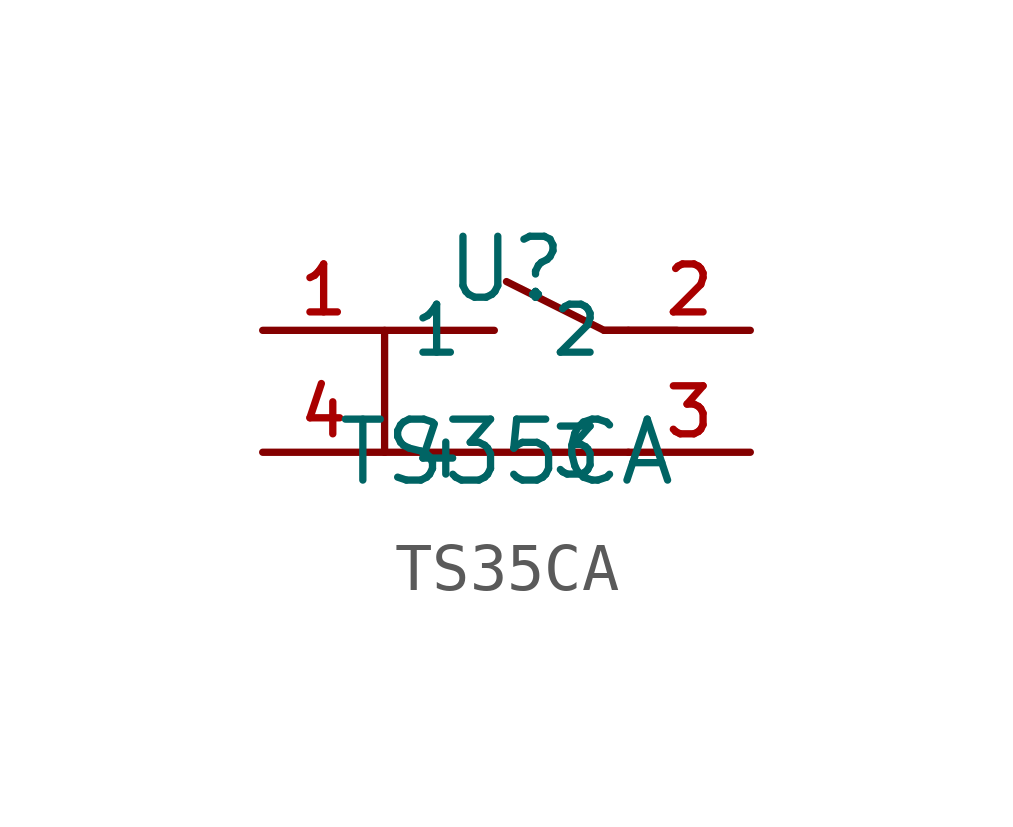
<source format=kicad_sym>
(kicad_symbol_lib
  (version 20210201)
  (generator TousstNicolas/JLC2KiCad_lib)
  (symbol "TS35CA"
    (property "Reference" "U"
      (at 0 1.27 0)
      (effects (font (size 1.27 1.27))))
    (property "Value" "TS35CA"
      (at 0 -2.54 0)
      (effects (font (size 1.27 1.27))))
    (symbol "TS35CA_0_1"
      (polyline (pts (xy 3.556 -0.0) (xy 2.032 -0.0) (xy 0.0 1.016)) (stroke (width 0) (type default) (color 0 0 0 0)) (fill (type none)))
      (polyline (pts (xy -2.54 -0.0) (xy -2.54 -2.54) (xy -2.54 -0.0) (xy -0.254 -0.0)) (stroke (width 0) (type default) (color 0 0 0 0)) (fill (type none)))
      (polyline (pts (xy -2.54 -2.54) (xy 2.54 -2.54)) (stroke (width 0) (type default) (color 0 0 0 0)) (fill (type none)))
      (polyline (pts (xy 2.032 -0.0) (xy 2.54 -0.0)) (stroke (width 0) (type default) (color 0 0 0 0)) (fill (type none)))
      (pin unspecified line (at -5.08 -0.0 0) (length 2.54) (name "1" (effects (font (size 1 1)))) (number "1" (effects (font (size 1 1)))))
      (pin unspecified line (at 5.08 -0.0 180) (length 2.54) (name "2" (effects (font (size 1 1)))) (number "2" (effects (font (size 1 1)))))
      (pin unspecified line (at 5.08 -2.54 180) (length 2.54) (name "3" (effects (font (size 1 1)))) (number "3" (effects (font (size 1 1)))))
      (pin unspecified line (at -5.08 -2.54 0) (length 2.54) (name "4" (effects (font (size 1 1)))) (number "4" (effects (font (size 1 1))))))))
</source>
